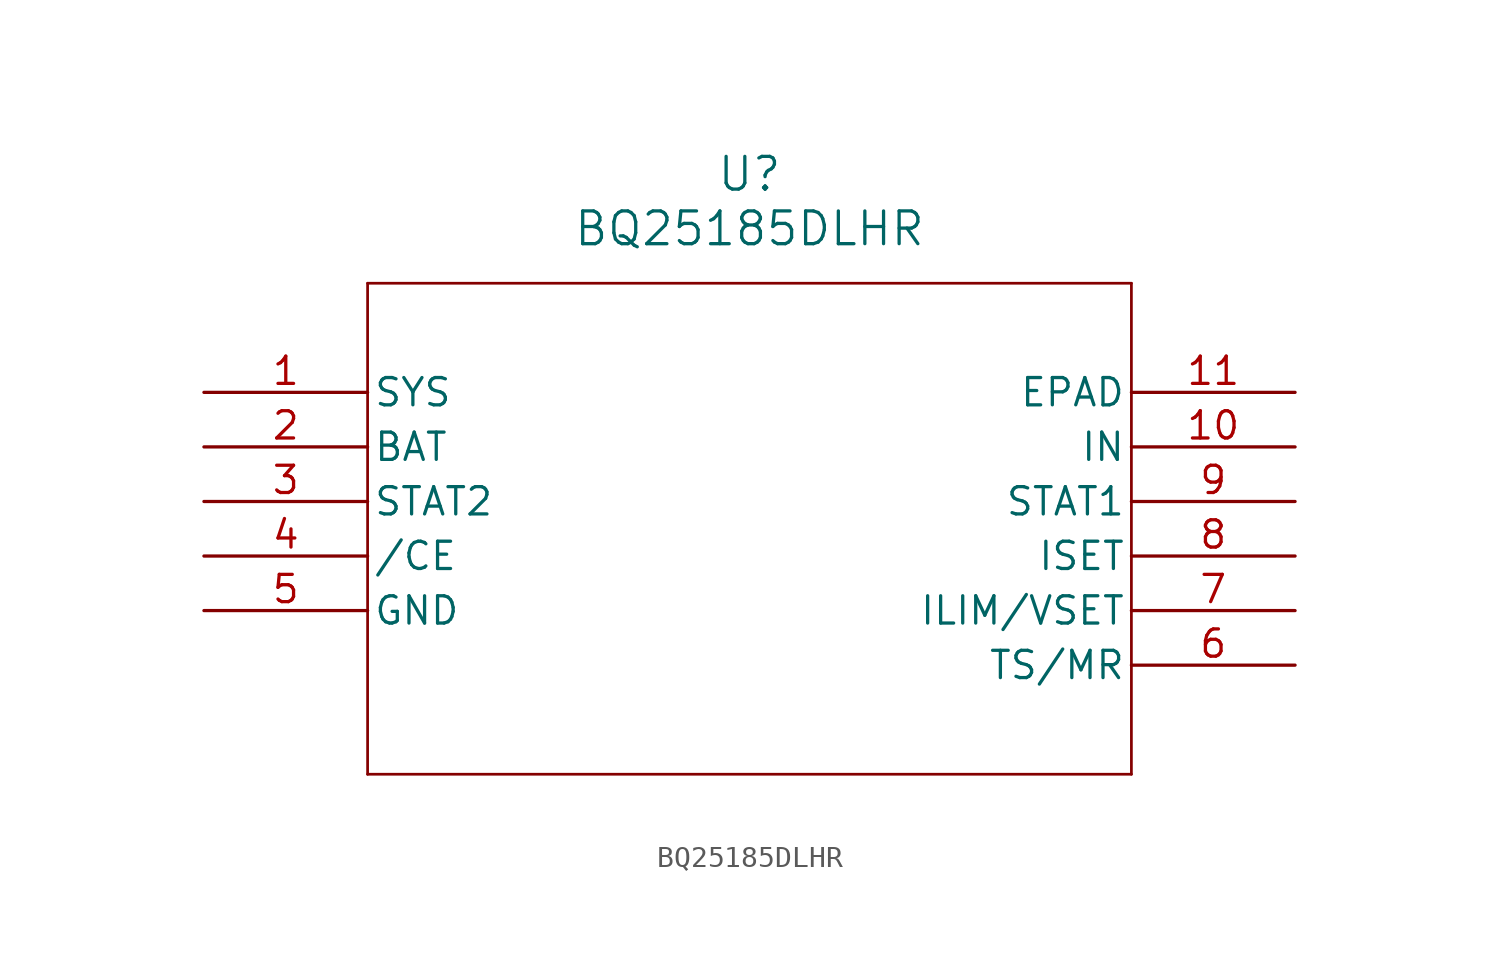
<source format=kicad_sym>
(kicad_symbol_lib
  (version 20211014)
  (generator kicad_symbol_editor)
  (symbol "BQ25185DLHR"
    (pin_names
      (offset 0.254))
    (property "Reference" "U"
      (at 25.4 10.16 0)
      (effects (font (size 1.524 1.524))))
    (property "Value" "BQ25185DLHR"
      (at 25.4 7.62 0)
      (effects (font (size 1.524 1.524))))
    (symbol "BQ25185DLHR_0_1"
      (polyline (pts (xy 7.62 5.08) (xy 7.62 -17.78)) (stroke (width 0.127) (type default) (color 0 0 0 0)) (fill (type none)))
      (polyline (pts (xy 7.62 -17.78) (xy 43.18 -17.78)) (stroke (width 0.127) (type default) (color 0 0 0 0)) (fill (type none)))
      (polyline (pts (xy 43.18 -17.78) (xy 43.18 5.08)) (stroke (width 0.127) (type default) (color 0 0 0 0)) (fill (type none)))
      (polyline (pts (xy 43.18 5.08) (xy 7.62 5.08)) (stroke (width 0.127) (type default) (color 0 0 0 0)) (fill (type none)))
      (pin power_in line (at 0 0 0) (length 7.62) (name "SYS" (effects (font (size 1.27 1.27)))) (number "1" (effects (font (size 1.27 1.27)))))
      (pin power_in line (at 0 -2.54 0) (length 7.62) (name "BAT" (effects (font (size 1.27 1.27)))) (number "2" (effects (font (size 1.27 1.27)))))
      (pin output line (at 0 -5.08 0) (length 7.62) (name "STAT2" (effects (font (size 1.27 1.27)))) (number "3" (effects (font (size 1.27 1.27)))))
      (pin input line (at 0 -7.62 0) (length 7.62) (name "/CE" (effects (font (size 1.27 1.27)))) (number "4" (effects (font (size 1.27 1.27)))))
      (pin power_out line (at 0 -10.16 0) (length 7.62) (name "GND" (effects (font (size 1.27 1.27)))) (number "5" (effects (font (size 1.27 1.27)))))
      (pin bidirectional line (at 50.8 -12.7 180) (length 7.62) (name "TS/MR" (effects (font (size 1.27 1.27)))) (number "6" (effects (font (size 1.27 1.27)))))
      (pin bidirectional line (at 50.8 -10.16 180) (length 7.62) (name "ILIM/VSET" (effects (font (size 1.27 1.27)))) (number "7" (effects (font (size 1.27 1.27)))))
      (pin bidirectional line (at 50.8 -7.62 180) (length 7.62) (name "ISET" (effects (font (size 1.27 1.27)))) (number "8" (effects (font (size 1.27 1.27)))))
      (pin output line (at 50.8 -5.08 180) (length 7.62) (name "STAT1" (effects (font (size 1.27 1.27)))) (number "9" (effects (font (size 1.27 1.27)))))
      (pin input line (at 50.8 -2.54 180) (length 7.62) (name "IN" (effects (font (size 1.27 1.27)))) (number "10" (effects (font (size 1.27 1.27)))))
      (pin unspecified line (at 50.8 0 180) (length 7.62) (name "EPAD" (effects (font (size 1.27 1.27)))) (number "11" (effects (font (size 1.27 1.27))))))))
</source>
